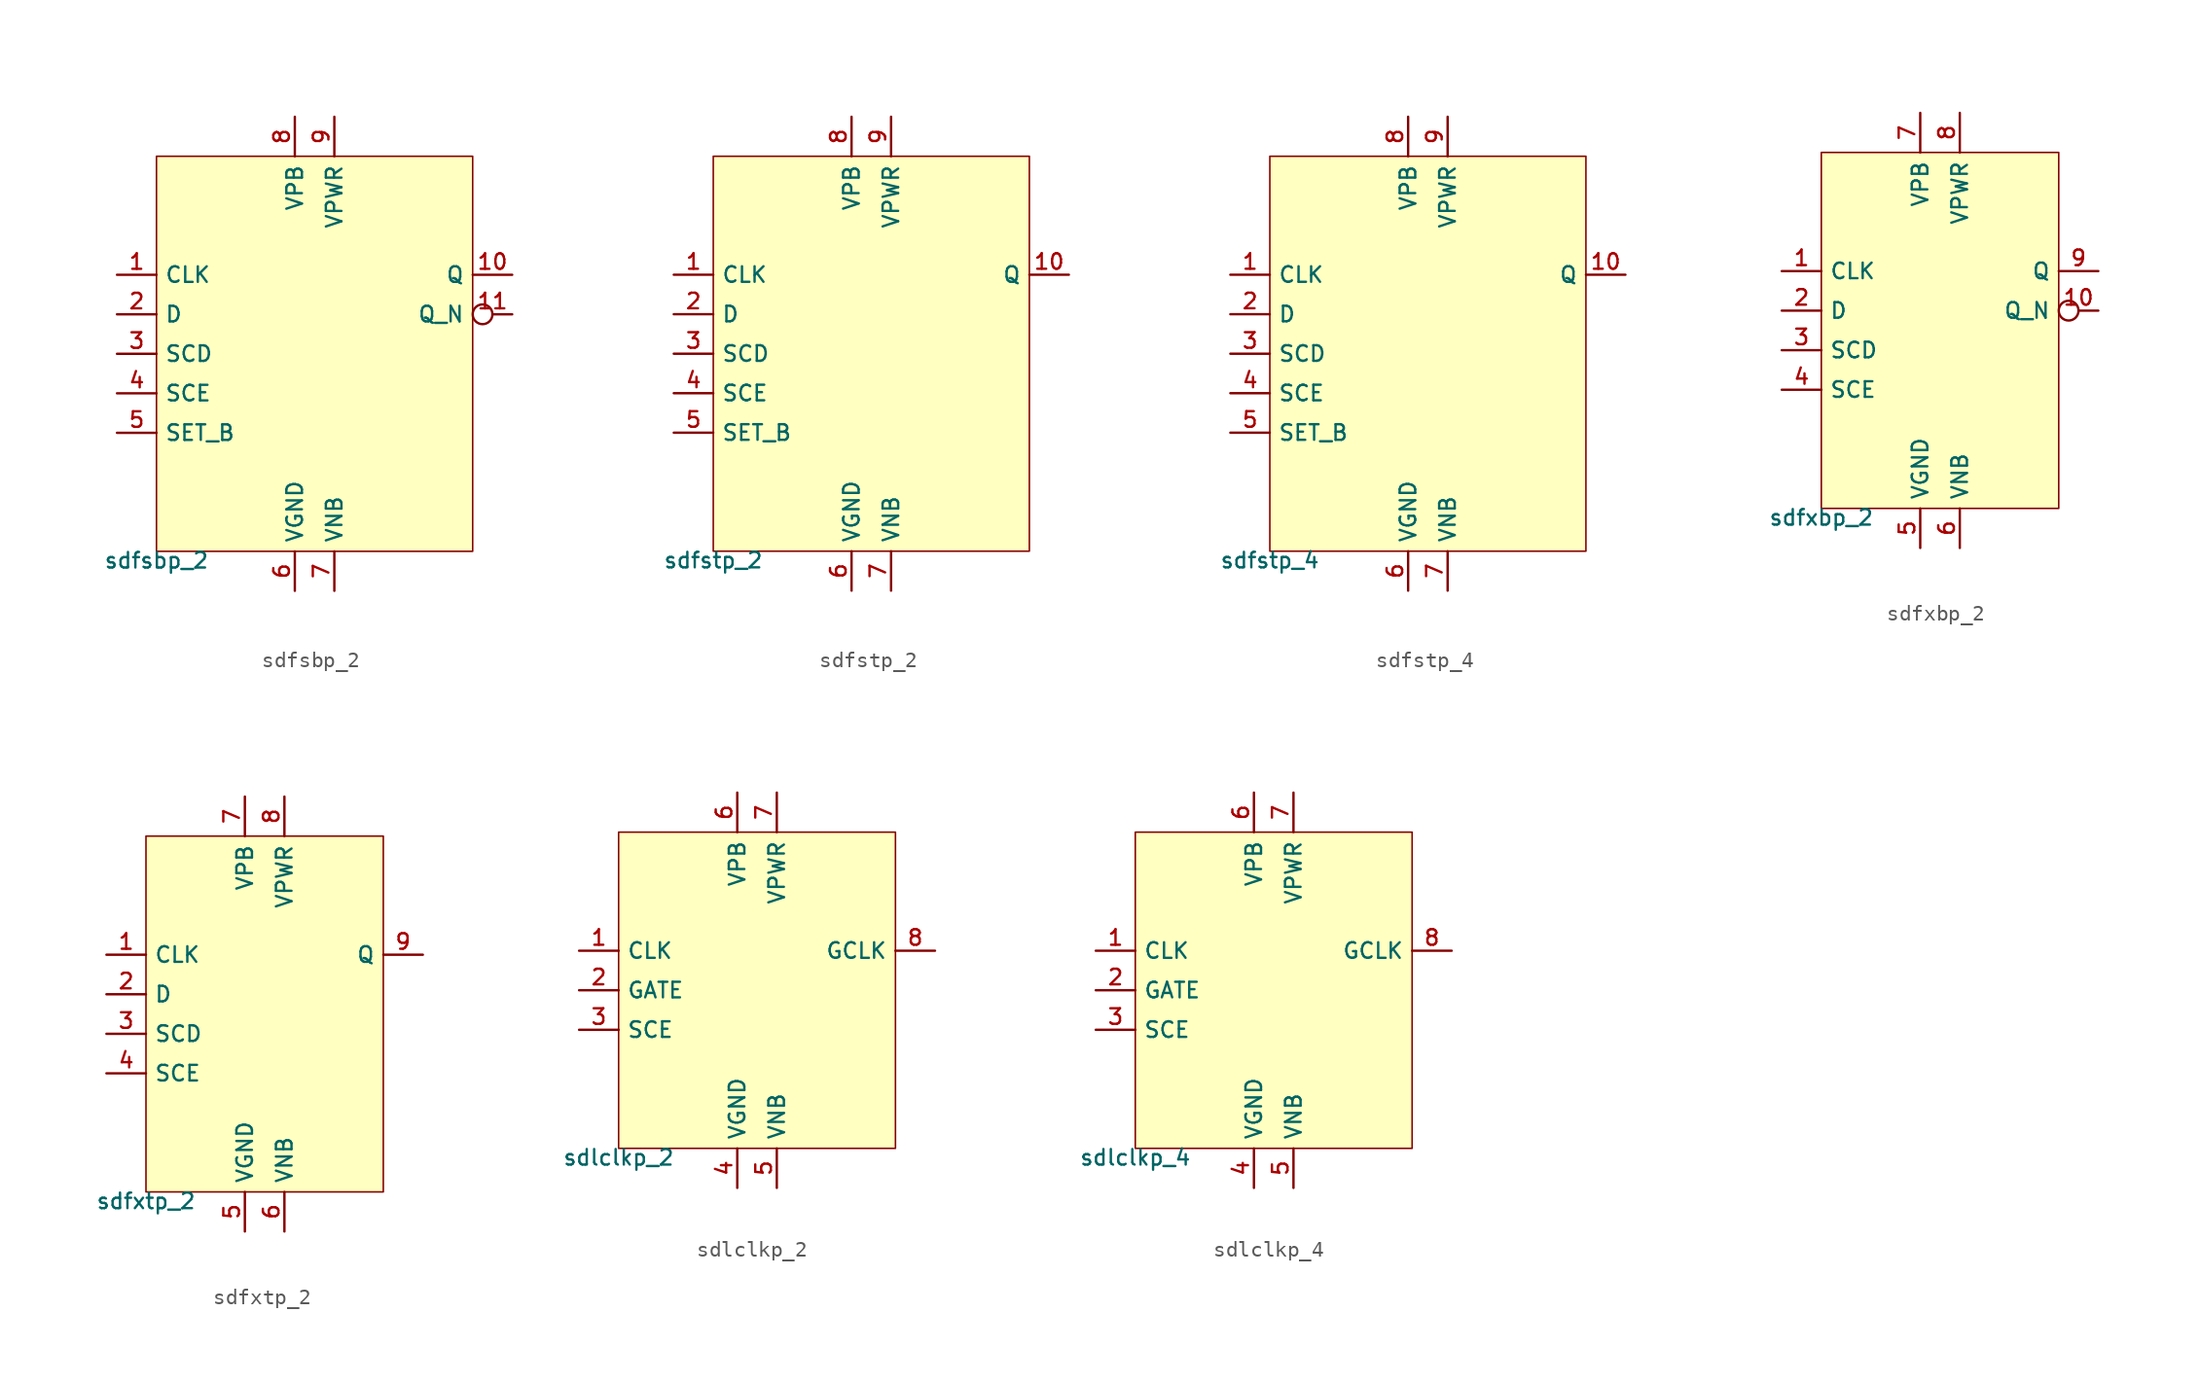
<source format=kicad_sym>
(kicad_symbol_lib
  (version 20211014)
  (generator pdk2kicad)
  (symbol "sdfsbp_2"
    (property "Reference" "X"
      (at 0 0 0)
      (effects (font (size 1 1)) hide))
    (property "Value" "sdfsbp_2"
      (at -10.16 -12.7 0)
      (effects (font (size 1 1)) (justify top)))
    (rectangle
      (start -10.16 -12.7)
      (end 10.16 12.7)
      (stroke (width 0.1) (type solid) (color 0 0 0 0))
      (fill (type background)))
    (pin input line
      (at -12.7 5.08 0)
      (length 2.54)
      (name "CLK" (effects (font (size 1 1)) hide))
      (number "1" (effects (font (size 1 1)) hide)))
    (pin input line
      (at -12.7 2.54 0)
      (length 2.54)
      (name "D" (effects (font (size 1 1)) hide))
      (number "2" (effects (font (size 1 1)) hide)))
    (pin input line
      (at -12.7 -8.881784197001252e-16 0)
      (length 2.54)
      (name "SCD" (effects (font (size 1 1)) hide))
      (number "3" (effects (font (size 1 1)) hide)))
    (pin input line
      (at -12.7 -2.54 0)
      (length 2.54)
      (name "SCE" (effects (font (size 1 1)) hide))
      (number "4" (effects (font (size 1 1)) hide)))
    (pin input line
      (at -12.7 -5.08 0)
      (length 2.54)
      (name "SET_B" (effects (font (size 1 1)) hide))
      (number "5" (effects (font (size 1 1)) hide)))
    (pin power_in line
      (at -1.27 -15.24 90)
      (length 2.54)
      (name "VGND" (effects (font (size 1 1)) hide))
      (number "6" (effects (font (size 1 1)) hide)))
    (pin power_in line
      (at 1.27 -15.24 90)
      (length 2.54)
      (name "VNB" (effects (font (size 1 1)) hide))
      (number "7" (effects (font (size 1 1)) hide)))
    (pin power_in line
      (at -1.27 15.24 270)
      (length 2.54)
      (name "VPB" (effects (font (size 1 1)) hide))
      (number "8" (effects (font (size 1 1)) hide)))
    (pin power_in line
      (at 1.27 15.24 270)
      (length 2.54)
      (name "VPWR" (effects (font (size 1 1)) hide))
      (number "9" (effects (font (size 1 1)) hide)))
    (pin output line
      (at 12.7 5.08 180)
      (length 2.54)
      (name "Q" (effects (font (size 1 1)) hide))
      (number "10" (effects (font (size 1 1)) hide)))
    (pin output inverted
      (at 12.7 2.54 180)
      (length 2.54)
      (name "Q_N" (effects (font (size 1 1)) hide))
      (number "11" (effects (font (size 1 1)) hide))))
  (symbol "sdfstp_2"
    (property "Reference" "X"
      (at 0 0 0)
      (effects (font (size 1 1)) hide))
    (property "Value" "sdfstp_2"
      (at -10.16 -12.7 0)
      (effects (font (size 1 1)) (justify top)))
    (rectangle
      (start -10.16 -12.7)
      (end 10.16 12.7)
      (stroke (width 0.1) (type solid) (color 0 0 0 0))
      (fill (type background)))
    (pin input line
      (at -12.7 5.08 0)
      (length 2.54)
      (name "CLK" (effects (font (size 1 1)) hide))
      (number "1" (effects (font (size 1 1)) hide)))
    (pin input line
      (at -12.7 2.54 0)
      (length 2.54)
      (name "D" (effects (font (size 1 1)) hide))
      (number "2" (effects (font (size 1 1)) hide)))
    (pin input line
      (at -12.7 -8.881784197001252e-16 0)
      (length 2.54)
      (name "SCD" (effects (font (size 1 1)) hide))
      (number "3" (effects (font (size 1 1)) hide)))
    (pin input line
      (at -12.7 -2.54 0)
      (length 2.54)
      (name "SCE" (effects (font (size 1 1)) hide))
      (number "4" (effects (font (size 1 1)) hide)))
    (pin input line
      (at -12.7 -5.08 0)
      (length 2.54)
      (name "SET_B" (effects (font (size 1 1)) hide))
      (number "5" (effects (font (size 1 1)) hide)))
    (pin power_in line
      (at -1.27 -15.24 90)
      (length 2.54)
      (name "VGND" (effects (font (size 1 1)) hide))
      (number "6" (effects (font (size 1 1)) hide)))
    (pin power_in line
      (at 1.27 -15.24 90)
      (length 2.54)
      (name "VNB" (effects (font (size 1 1)) hide))
      (number "7" (effects (font (size 1 1)) hide)))
    (pin power_in line
      (at -1.27 15.24 270)
      (length 2.54)
      (name "VPB" (effects (font (size 1 1)) hide))
      (number "8" (effects (font (size 1 1)) hide)))
    (pin power_in line
      (at 1.27 15.24 270)
      (length 2.54)
      (name "VPWR" (effects (font (size 1 1)) hide))
      (number "9" (effects (font (size 1 1)) hide)))
    (pin output line
      (at 12.7 5.08 180)
      (length 2.54)
      (name "Q" (effects (font (size 1 1)) hide))
      (number "10" (effects (font (size 1 1)) hide))))
  (symbol "sdfstp_4"
    (property "Reference" "X"
      (at 0 0 0)
      (effects (font (size 1 1)) hide))
    (property "Value" "sdfstp_4"
      (at -10.16 -12.7 0)
      (effects (font (size 1 1)) (justify top)))
    (rectangle
      (start -10.16 -12.7)
      (end 10.16 12.7)
      (stroke (width 0.1) (type solid) (color 0 0 0 0))
      (fill (type background)))
    (pin input line
      (at -12.7 5.08 0)
      (length 2.54)
      (name "CLK" (effects (font (size 1 1)) hide))
      (number "1" (effects (font (size 1 1)) hide)))
    (pin input line
      (at -12.7 2.54 0)
      (length 2.54)
      (name "D" (effects (font (size 1 1)) hide))
      (number "2" (effects (font (size 1 1)) hide)))
    (pin input line
      (at -12.7 -8.881784197001252e-16 0)
      (length 2.54)
      (name "SCD" (effects (font (size 1 1)) hide))
      (number "3" (effects (font (size 1 1)) hide)))
    (pin input line
      (at -12.7 -2.54 0)
      (length 2.54)
      (name "SCE" (effects (font (size 1 1)) hide))
      (number "4" (effects (font (size 1 1)) hide)))
    (pin input line
      (at -12.7 -5.08 0)
      (length 2.54)
      (name "SET_B" (effects (font (size 1 1)) hide))
      (number "5" (effects (font (size 1 1)) hide)))
    (pin power_in line
      (at -1.27 -15.24 90)
      (length 2.54)
      (name "VGND" (effects (font (size 1 1)) hide))
      (number "6" (effects (font (size 1 1)) hide)))
    (pin power_in line
      (at 1.27 -15.24 90)
      (length 2.54)
      (name "VNB" (effects (font (size 1 1)) hide))
      (number "7" (effects (font (size 1 1)) hide)))
    (pin power_in line
      (at -1.27 15.24 270)
      (length 2.54)
      (name "VPB" (effects (font (size 1 1)) hide))
      (number "8" (effects (font (size 1 1)) hide)))
    (pin power_in line
      (at 1.27 15.24 270)
      (length 2.54)
      (name "VPWR" (effects (font (size 1 1)) hide))
      (number "9" (effects (font (size 1 1)) hide)))
    (pin output line
      (at 12.7 5.08 180)
      (length 2.54)
      (name "Q" (effects (font (size 1 1)) hide))
      (number "10" (effects (font (size 1 1)) hide))))
  (symbol "sdfxbp_2"
    (property "Reference" "X"
      (at 0 0 0)
      (effects (font (size 1 1)) hide))
    (property "Value" "sdfxbp_2"
      (at -7.62 -11.43 0)
      (effects (font (size 1 1)) (justify top)))
    (rectangle
      (start -7.62 -11.43)
      (end 7.62 11.43)
      (stroke (width 0.1) (type solid) (color 0 0 0 0))
      (fill (type background)))
    (pin input line
      (at -10.16 3.81 0)
      (length 2.54)
      (name "CLK" (effects (font (size 1 1)) hide))
      (number "1" (effects (font (size 1 1)) hide)))
    (pin input line
      (at -10.16 1.27 0)
      (length 2.54)
      (name "D" (effects (font (size 1 1)) hide))
      (number "2" (effects (font (size 1 1)) hide)))
    (pin input line
      (at -10.16 -1.27 0)
      (length 2.54)
      (name "SCD" (effects (font (size 1 1)) hide))
      (number "3" (effects (font (size 1 1)) hide)))
    (pin input line
      (at -10.16 -3.81 0)
      (length 2.54)
      (name "SCE" (effects (font (size 1 1)) hide))
      (number "4" (effects (font (size 1 1)) hide)))
    (pin power_in line
      (at -1.27 -13.97 90)
      (length 2.54)
      (name "VGND" (effects (font (size 1 1)) hide))
      (number "5" (effects (font (size 1 1)) hide)))
    (pin power_in line
      (at 1.27 -13.97 90)
      (length 2.54)
      (name "VNB" (effects (font (size 1 1)) hide))
      (number "6" (effects (font (size 1 1)) hide)))
    (pin power_in line
      (at -1.27 13.97 270)
      (length 2.54)
      (name "VPB" (effects (font (size 1 1)) hide))
      (number "7" (effects (font (size 1 1)) hide)))
    (pin power_in line
      (at 1.27 13.97 270)
      (length 2.54)
      (name "VPWR" (effects (font (size 1 1)) hide))
      (number "8" (effects (font (size 1 1)) hide)))
    (pin output line
      (at 10.16 3.81 180)
      (length 2.54)
      (name "Q" (effects (font (size 1 1)) hide))
      (number "9" (effects (font (size 1 1)) hide)))
    (pin output inverted
      (at 10.16 1.27 180)
      (length 2.54)
      (name "Q_N" (effects (font (size 1 1)) hide))
      (number "10" (effects (font (size 1 1)) hide))))
  (symbol "sdfxtp_2"
    (property "Reference" "X"
      (at 0 0 0)
      (effects (font (size 1 1)) hide))
    (property "Value" "sdfxtp_2"
      (at -7.62 -11.43 0)
      (effects (font (size 1 1)) (justify top)))
    (rectangle
      (start -7.62 -11.43)
      (end 7.62 11.43)
      (stroke (width 0.1) (type solid) (color 0 0 0 0))
      (fill (type background)))
    (pin input line
      (at -10.16 3.81 0)
      (length 2.54)
      (name "CLK" (effects (font (size 1 1)) hide))
      (number "1" (effects (font (size 1 1)) hide)))
    (pin input line
      (at -10.16 1.27 0)
      (length 2.54)
      (name "D" (effects (font (size 1 1)) hide))
      (number "2" (effects (font (size 1 1)) hide)))
    (pin input line
      (at -10.16 -1.27 0)
      (length 2.54)
      (name "SCD" (effects (font (size 1 1)) hide))
      (number "3" (effects (font (size 1 1)) hide)))
    (pin input line
      (at -10.16 -3.81 0)
      (length 2.54)
      (name "SCE" (effects (font (size 1 1)) hide))
      (number "4" (effects (font (size 1 1)) hide)))
    (pin power_in line
      (at -1.27 -13.97 90)
      (length 2.54)
      (name "VGND" (effects (font (size 1 1)) hide))
      (number "5" (effects (font (size 1 1)) hide)))
    (pin power_in line
      (at 1.27 -13.97 90)
      (length 2.54)
      (name "VNB" (effects (font (size 1 1)) hide))
      (number "6" (effects (font (size 1 1)) hide)))
    (pin power_in line
      (at -1.27 13.97 270)
      (length 2.54)
      (name "VPB" (effects (font (size 1 1)) hide))
      (number "7" (effects (font (size 1 1)) hide)))
    (pin power_in line
      (at 1.27 13.97 270)
      (length 2.54)
      (name "VPWR" (effects (font (size 1 1)) hide))
      (number "8" (effects (font (size 1 1)) hide)))
    (pin output line
      (at 10.16 3.81 180)
      (length 2.54)
      (name "Q" (effects (font (size 1 1)) hide))
      (number "9" (effects (font (size 1 1)) hide))))
  (symbol "sdlclkp_2"
    (property "Reference" "X"
      (at 0 0 0)
      (effects (font (size 1 1)) hide))
    (property "Value" "sdlclkp_2"
      (at -8.89 -10.16 0)
      (effects (font (size 1 1)) (justify top)))
    (rectangle
      (start -8.89 -10.16)
      (end 8.89 10.16)
      (stroke (width 0.1) (type solid) (color 0 0 0 0))
      (fill (type background)))
    (pin input line
      (at -11.43 2.54 0)
      (length 2.54)
      (name "CLK" (effects (font (size 1 1)) hide))
      (number "1" (effects (font (size 1 1)) hide)))
    (pin input line
      (at -11.43 0.0 0)
      (length 2.54)
      (name "GATE" (effects (font (size 1 1)) hide))
      (number "2" (effects (font (size 1 1)) hide)))
    (pin input line
      (at -11.43 -2.54 0)
      (length 2.54)
      (name "SCE" (effects (font (size 1 1)) hide))
      (number "3" (effects (font (size 1 1)) hide)))
    (pin power_in line
      (at -1.27 -12.7 90)
      (length 2.54)
      (name "VGND" (effects (font (size 1 1)) hide))
      (number "4" (effects (font (size 1 1)) hide)))
    (pin power_in line
      (at 1.27 -12.7 90)
      (length 2.54)
      (name "VNB" (effects (font (size 1 1)) hide))
      (number "5" (effects (font (size 1 1)) hide)))
    (pin power_in line
      (at -1.27 12.7 270)
      (length 2.54)
      (name "VPB" (effects (font (size 1 1)) hide))
      (number "6" (effects (font (size 1 1)) hide)))
    (pin power_in line
      (at 1.27 12.7 270)
      (length 2.54)
      (name "VPWR" (effects (font (size 1 1)) hide))
      (number "7" (effects (font (size 1 1)) hide)))
    (pin output line
      (at 11.43 2.54 180)
      (length 2.54)
      (name "GCLK" (effects (font (size 1 1)) hide))
      (number "8" (effects (font (size 1 1)) hide))))
  (symbol "sdlclkp_4"
    (property "Reference" "X"
      (at 0 0 0)
      (effects (font (size 1 1)) hide))
    (property "Value" "sdlclkp_4"
      (at -8.89 -10.16 0)
      (effects (font (size 1 1)) (justify top)))
    (rectangle
      (start -8.89 -10.16)
      (end 8.89 10.16)
      (stroke (width 0.1) (type solid) (color 0 0 0 0))
      (fill (type background)))
    (pin input line
      (at -11.43 2.54 0)
      (length 2.54)
      (name "CLK" (effects (font (size 1 1)) hide))
      (number "1" (effects (font (size 1 1)) hide)))
    (pin input line
      (at -11.43 0.0 0)
      (length 2.54)
      (name "GATE" (effects (font (size 1 1)) hide))
      (number "2" (effects (font (size 1 1)) hide)))
    (pin input line
      (at -11.43 -2.54 0)
      (length 2.54)
      (name "SCE" (effects (font (size 1 1)) hide))
      (number "3" (effects (font (size 1 1)) hide)))
    (pin power_in line
      (at -1.27 -12.7 90)
      (length 2.54)
      (name "VGND" (effects (font (size 1 1)) hide))
      (number "4" (effects (font (size 1 1)) hide)))
    (pin power_in line
      (at 1.27 -12.7 90)
      (length 2.54)
      (name "VNB" (effects (font (size 1 1)) hide))
      (number "5" (effects (font (size 1 1)) hide)))
    (pin power_in line
      (at -1.27 12.7 270)
      (length 2.54)
      (name "VPB" (effects (font (size 1 1)) hide))
      (number "6" (effects (font (size 1 1)) hide)))
    (pin power_in line
      (at 1.27 12.7 270)
      (length 2.54)
      (name "VPWR" (effects (font (size 1 1)) hide))
      (number "7" (effects (font (size 1 1)) hide)))
    (pin output line
      (at 11.43 2.54 180)
      (length 2.54)
      (name "GCLK" (effects (font (size 1 1)) hide))
      (number "8" (effects (font (size 1 1)) hide)))))
</source>
